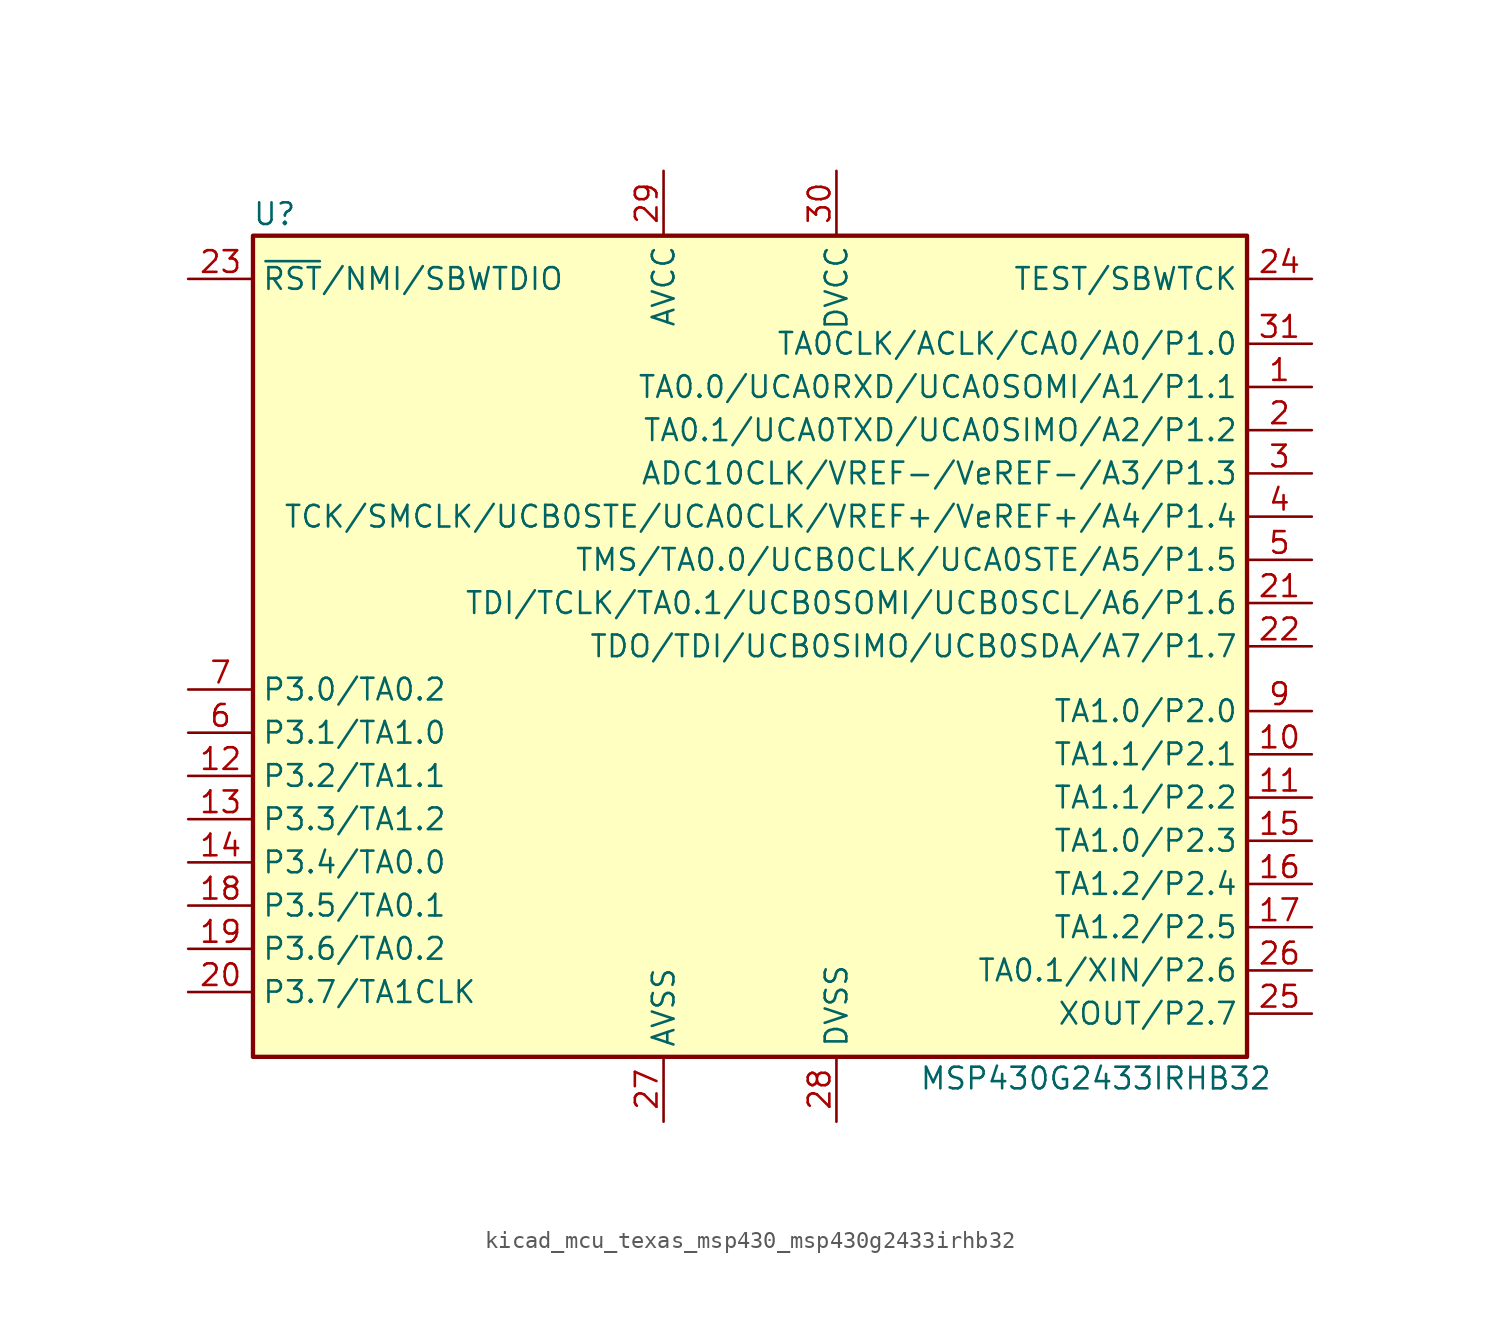
<source format=kicad_sym>
(kicad_symbol_lib
  (version 20220914)
  (generator kicad_symbol_editor)
  (symbol "kicad_mcu_texas_msp430_msp430g2433irhb32"
    (property "Reference" "U"
      (at -27.94 25.4 0)
      (effects (font (size 1.27 1.27))))
    (property "Value" "MSP430G2433IRHB32"
      (at 20.32 -25.4 0)
      (effects (font (size 1.27 1.27))))
    (symbol "kicad_mcu_texas_msp430_msp430g2433irhb32_0_1"
      (rectangle (start -29.21 24.13) (end 29.21 -24.13) (stroke (width 0.254) (type default)) (fill (type background))))
    (symbol "kicad_mcu_texas_msp430_msp430g2433irhb32_1_1"
      (pin bidirectional line (at 33.02 15.24 180) (length 3.81) (name "TA0.0/UCA0RXD/UCA0SOMI/A1/P1.1" (effects (font (size 1.27 1.27)))) (number "1" (effects (font (size 1.27 1.27)))))
      (pin bidirectional line (at 33.02 -6.35 180) (length 3.81) (name "TA1.1/P2.1" (effects (font (size 1.27 1.27)))) (number "10" (effects (font (size 1.27 1.27)))))
      (pin bidirectional line (at 33.02 -8.89 180) (length 3.81) (name "TA1.1/P2.2" (effects (font (size 1.27 1.27)))) (number "11" (effects (font (size 1.27 1.27)))))
      (pin bidirectional line (at -33.02 -7.62 0) (length 3.81) (name "P3.2/TA1.1" (effects (font (size 1.27 1.27)))) (number "12" (effects (font (size 1.27 1.27)))))
      (pin bidirectional line (at -33.02 -10.16 0) (length 3.81) (name "P3.3/TA1.2" (effects (font (size 1.27 1.27)))) (number "13" (effects (font (size 1.27 1.27)))))
      (pin bidirectional line (at -33.02 -12.7 0) (length 3.81) (name "P3.4/TA0.0" (effects (font (size 1.27 1.27)))) (number "14" (effects (font (size 1.27 1.27)))))
      (pin bidirectional line (at 33.02 -11.43 180) (length 3.81) (name "TA1.0/P2.3" (effects (font (size 1.27 1.27)))) (number "15" (effects (font (size 1.27 1.27)))))
      (pin bidirectional line (at 33.02 -13.97 180) (length 3.81) (name "TA1.2/P2.4" (effects (font (size 1.27 1.27)))) (number "16" (effects (font (size 1.27 1.27)))))
      (pin bidirectional line (at 33.02 -16.51 180) (length 3.81) (name "TA1.2/P2.5" (effects (font (size 1.27 1.27)))) (number "17" (effects (font (size 1.27 1.27)))))
      (pin bidirectional line (at -33.02 -15.24 0) (length 3.81) (name "P3.5/TA0.1" (effects (font (size 1.27 1.27)))) (number "18" (effects (font (size 1.27 1.27)))))
      (pin bidirectional line (at -33.02 -17.78 0) (length 3.81) (name "P3.6/TA0.2" (effects (font (size 1.27 1.27)))) (number "19" (effects (font (size 1.27 1.27)))))
      (pin bidirectional line (at 33.02 12.7 180) (length 3.81) (name "TA0.1/UCA0TXD/UCA0SIMO/A2/P1.2" (effects (font (size 1.27 1.27)))) (number "2" (effects (font (size 1.27 1.27)))))
      (pin bidirectional line (at -33.02 -20.32 0) (length 3.81) (name "P3.7/TA1CLK" (effects (font (size 1.27 1.27)))) (number "20" (effects (font (size 1.27 1.27)))))
      (pin bidirectional line (at 33.02 2.54 180) (length 3.81) (name "TDI/TCLK/TA0.1/UCB0SOMI/UCB0SCL/A6/P1.6" (effects (font (size 1.27 1.27)))) (number "21" (effects (font (size 1.27 1.27)))))
      (pin bidirectional line (at 33.02 0 180) (length 3.81) (name "TDO/TDI/UCB0SIMO/UCB0SDA/A7/P1.7" (effects (font (size 1.27 1.27)))) (number "22" (effects (font (size 1.27 1.27)))))
      (pin input line (at -33.02 21.59 0) (length 3.81) (name "~{RST}/NMI/SBWTDIO" (effects (font (size 1.27 1.27)))) (number "23" (effects (font (size 1.27 1.27)))))
      (pin input line (at 33.02 21.59 180) (length 3.81) (name "TEST/SBWTCK" (effects (font (size 1.27 1.27)))) (number "24" (effects (font (size 1.27 1.27)))))
      (pin bidirectional line (at 33.02 -21.59 180) (length 3.81) (name "XOUT/P2.7" (effects (font (size 1.27 1.27)))) (number "25" (effects (font (size 1.27 1.27)))))
      (pin bidirectional line (at 33.02 -19.05 180) (length 3.81) (name "TA0.1/XIN/P2.6" (effects (font (size 1.27 1.27)))) (number "26" (effects (font (size 1.27 1.27)))))
      (pin power_in line (at -5.08 -27.94 90) (length 3.81) (name "AVSS" (effects (font (size 1.27 1.27)))) (number "27" (effects (font (size 1.27 1.27)))))
      (pin power_in line (at 5.08 -27.94 90) (length 3.81) (name "DVSS" (effects (font (size 1.27 1.27)))) (number "28" (effects (font (size 1.27 1.27)))))
      (pin power_in line (at -5.08 27.94 270) (length 3.81) (name "AVCC" (effects (font (size 1.27 1.27)))) (number "29" (effects (font (size 1.27 1.27)))))
      (pin bidirectional line (at 33.02 10.16 180) (length 3.81) (name "ADC10CLK/VREF-/VeREF-/A3/P1.3" (effects (font (size 1.27 1.27)))) (number "3" (effects (font (size 1.27 1.27)))))
      (pin power_in line (at 5.08 27.94 270) (length 3.81) (name "DVCC" (effects (font (size 1.27 1.27)))) (number "30" (effects (font (size 1.27 1.27)))))
      (pin bidirectional line (at 33.02 17.78 180) (length 3.81) (name "TA0CLK/ACLK/CA0/A0/P1.0" (effects (font (size 1.27 1.27)))) (number "31" (effects (font (size 1.27 1.27)))))
      (pin bidirectional line (at 33.02 7.62 180) (length 3.81) (name "TCK/SMCLK/UCB0STE/UCA0CLK/VREF+/VeREF+/A4/P1.4" (effects (font (size 1.27 1.27)))) (number "4" (effects (font (size 1.27 1.27)))))
      (pin bidirectional line (at 33.02 5.08 180) (length 3.81) (name "TMS/TA0.0/UCB0CLK/UCA0STE/A5/P1.5" (effects (font (size 1.27 1.27)))) (number "5" (effects (font (size 1.27 1.27)))))
      (pin bidirectional line (at -33.02 -5.08 0) (length 3.81) (name "P3.1/TA1.0" (effects (font (size 1.27 1.27)))) (number "6" (effects (font (size 1.27 1.27)))))
      (pin bidirectional line (at -33.02 -2.54 0) (length 3.81) (name "P3.0/TA0.2" (effects (font (size 1.27 1.27)))) (number "7" (effects (font (size 1.27 1.27)))))
      (pin bidirectional line (at 33.02 -3.81 180) (length 3.81) (name "TA1.0/P2.0" (effects (font (size 1.27 1.27)))) (number "9" (effects (font (size 1.27 1.27))))))))
</source>
